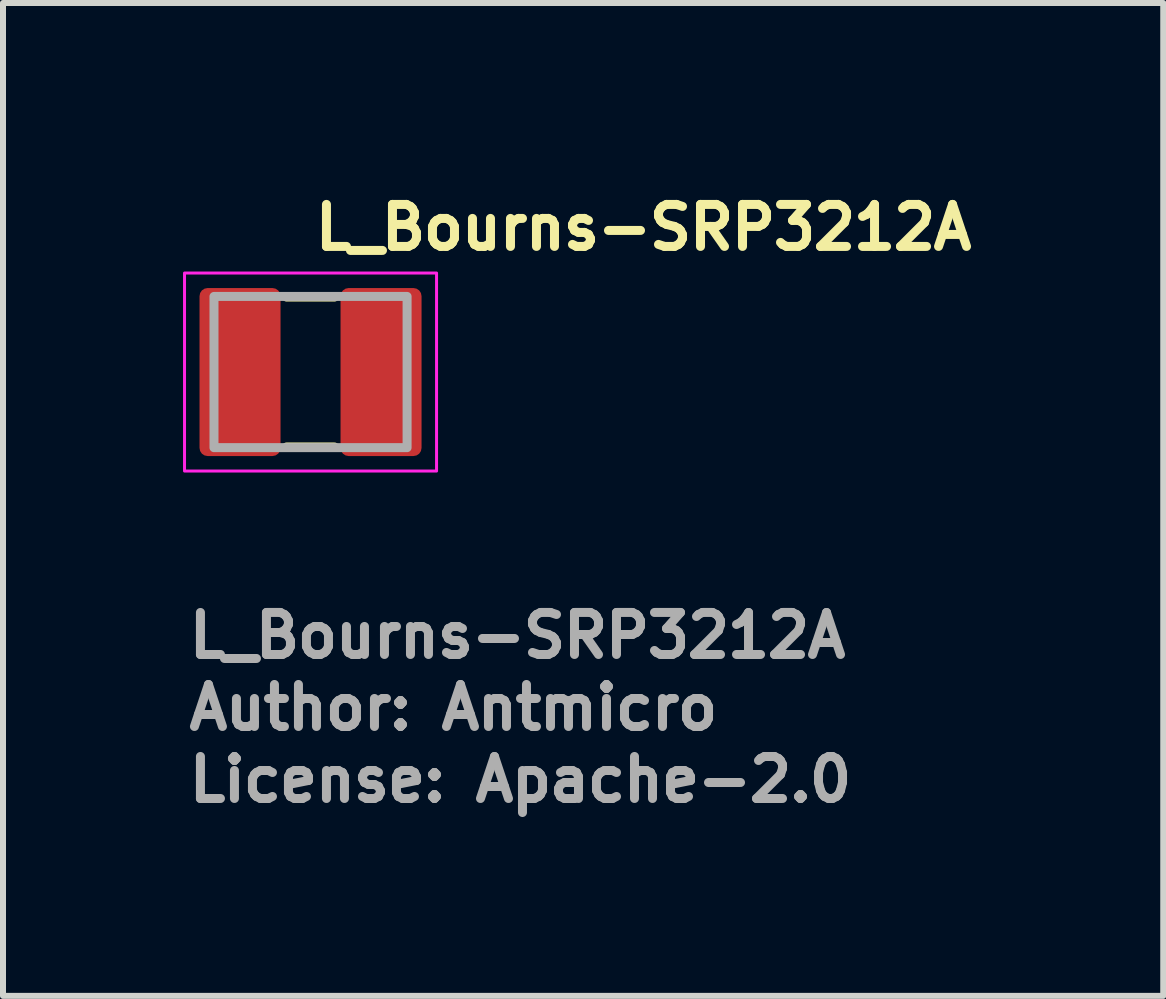
<source format=kicad_pcb>
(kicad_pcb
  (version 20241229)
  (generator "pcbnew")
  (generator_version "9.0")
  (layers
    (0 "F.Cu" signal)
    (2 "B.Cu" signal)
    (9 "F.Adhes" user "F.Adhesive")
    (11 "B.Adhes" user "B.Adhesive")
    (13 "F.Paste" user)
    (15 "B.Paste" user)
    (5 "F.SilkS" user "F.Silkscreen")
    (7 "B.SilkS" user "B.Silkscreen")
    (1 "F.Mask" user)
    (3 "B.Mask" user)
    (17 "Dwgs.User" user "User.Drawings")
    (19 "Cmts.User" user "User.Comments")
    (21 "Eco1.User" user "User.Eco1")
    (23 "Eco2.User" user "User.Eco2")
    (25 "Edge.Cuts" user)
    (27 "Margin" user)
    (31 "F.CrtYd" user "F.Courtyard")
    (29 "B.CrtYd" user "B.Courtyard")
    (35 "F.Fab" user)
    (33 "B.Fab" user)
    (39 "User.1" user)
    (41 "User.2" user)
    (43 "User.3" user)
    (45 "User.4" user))
  (footprint "L_Bourns-SRP3212A"
    (layer "F.Cu")
    (at 2.125 3.15)
    (property "Reference" "L_Bourns-SRP3212A" (at 0 -2 0) (layer "F.SilkS") (effects (font (size 0.7 0.7) (thickness 0.15)) (justify left bottom)))
    (attr smd)
    (fp_line (start -0.4 -1.25) (end 0.399 -1.25) (stroke (width 0.15) (type solid)) (layer "F.SilkS"))
    (fp_line (start -0.4 1.249) (end 0.399 1.249) (stroke (width 0.15) (type solid)) (layer "F.SilkS"))
    (fp_rect (start -2.1 -1.65) (end 2.1 1.65) (stroke (width 0.05) (type solid)) (fill no) (layer "F.CrtYd"))
    (fp_rect (start -1.609 -1.26) (end 1.609 1.26) (stroke (width 0.15) (type solid)) (fill no) (layer "F.Fab"))
    (fp_rect (start -1.609 -1.26) (end 1.609 1.26) (stroke (width 0.1) (type solid)) (fill no) (layer "User.5"))
    (fp_line (start -1.609 -1.1) (end -1.608 -1.108) (stroke (width 0.02) (type solid)) (layer "User.9"))
    (fp_line (start -1.609 -1.07) (end -1.609 -1.1) (stroke (width 0.02) (type solid)) (layer "User.9"))
    (fp_line (start -1.609 -1.07) (end -1.609 1.07) (stroke (width 0.02) (type solid)) (layer "User.9"))
    (fp_line (start -1.609 -1.07) (end -1.6 -1.07) (stroke (width 0.02) (type solid)) (layer "User.9"))
    (fp_line (start -1.609 1.1) (end -1.609 1.07) (stroke (width 0.02) (type solid)) (layer "User.9"))
    (fp_line (start -1.608 -1.124) (end -1.605 -1.131) (stroke (width 0.02) (type solid)) (layer "User.9"))
    (fp_line (start -1.608 -1.116) (end -1.608 -1.124) (stroke (width 0.02) (type solid)) (layer "User.9"))
    (fp_line (start -1.608 -1.108) (end -1.608 -1.116) (stroke (width 0.02) (type solid)) (layer "User.9"))
    (fp_line (start -1.608 1.108) (end -1.609 1.1) (stroke (width 0.02) (type solid)) (layer "User.9"))
    (fp_line (start -1.608 1.116) (end -1.608 1.108) (stroke (width 0.02) (type solid)) (layer "User.9"))
    (fp_line (start -1.608 1.124) (end -1.608 1.116) (stroke (width 0.02) (type solid)) (layer "User.9"))
    (fp_line (start -1.605 -1.131) (end -1.604 -1.139) (stroke (width 0.02) (type solid)) (layer "User.9"))
    (fp_line (start -1.605 1.131) (end -1.608 1.124) (stroke (width 0.02) (type solid)) (layer "User.9"))
    (fp_line (start -1.604 -1.139) (end -1.601 -1.147) (stroke (width 0.02) (type solid)) (layer "User.9"))
    (fp_line (start -1.604 1.139) (end -1.605 1.131) (stroke (width 0.02) (type solid)) (layer "User.9"))
    (fp_line (start -1.601 -1.147) (end -1.6 -1.155) (stroke (width 0.02) (type solid)) (layer "User.9"))
    (fp_line (start -1.601 1.147) (end -1.604 1.139) (stroke (width 0.02) (type solid)) (layer "User.9"))
    (fp_line (start -1.6 -1.155) (end -1.596 -1.162) (stroke (width 0.02) (type solid)) (layer "User.9"))
    (fp_line (start -1.6 -1.1) (end -1.598 -1.107) (stroke (width 0.02) (type solid)) (layer "User.9"))
    (fp_line (start -1.6 1.07) (end -1.609 1.07) (stroke (width 0.02) (type solid)) (layer "User.9"))
    (fp_line (start -1.6 1.1) (end -1.6 -1.1) (stroke (width 0.02) (type solid)) (layer "User.9"))
    (fp_line (start -1.6 1.155) (end -1.601 1.147) (stroke (width 0.02) (type solid)) (layer "User.9"))
    (fp_line (start -1.598 -1.114) (end -1.597 -1.122) (stroke (width 0.02) (type solid)) (layer "User.9"))
    (fp_line (start -1.598 -1.107) (end -1.598 -1.114) (stroke (width 0.02) (type solid)) (layer "User.9"))
    (fp_line (start -1.598 1.107) (end -1.6 1.1) (stroke (width 0.02) (type solid)) (layer "User.9"))
    (fp_line (start -1.598 1.114) (end -1.598 1.107) (stroke (width 0.02) (type solid)) (layer "User.9"))
    (fp_line (start -1.597 -1.122) (end -1.596 -1.129) (stroke (width 0.02) (type solid)) (layer "User.9"))
    (fp_line (start -1.597 1.122) (end -1.598 1.114) (stroke (width 0.02) (type solid)) (layer "User.9"))
    (fp_line (start -1.596 -1.162) (end -1.593 -1.169) (stroke (width 0.02) (type solid)) (layer "User.9"))
    (fp_line (start -1.596 -1.129) (end -1.594 -1.135) (stroke (width 0.02) (type solid)) (layer "User.9"))
    (fp_line (start -1.596 1.129) (end -1.597 1.122) (stroke (width 0.02) (type solid)) (layer "User.9"))
    (fp_line (start -1.596 1.162) (end -1.6 1.155) (stroke (width 0.02) (type solid)) (layer "User.9"))
    (fp_line (start -1.594 -1.135) (end -1.592 -1.143) (stroke (width 0.02) (type solid)) (layer "User.9"))
    (fp_line (start -1.594 1.135) (end -1.596 1.129) (stroke (width 0.02) (type solid)) (layer "User.9"))
    (fp_line (start -1.593 -1.169) (end -1.589 -1.176) (stroke (width 0.02) (type solid)) (layer "User.9"))
    (fp_line (start -1.593 1.169) (end -1.596 1.162) (stroke (width 0.02) (type solid)) (layer "User.9"))
    (fp_line (start -1.592 -1.143) (end -1.59 -1.15) (stroke (width 0.02) (type solid)) (layer "User.9"))
    (fp_line (start -1.592 1.143) (end -1.594 1.135) (stroke (width 0.02) (type solid)) (layer "User.9"))
    (fp_line (start -1.59 -1.15) (end -1.588 -1.157) (stroke (width 0.02) (type solid)) (layer "User.9"))
    (fp_line (start -1.59 1.15) (end -1.592 1.143) (stroke (width 0.02) (type solid)) (layer "User.9"))
    (fp_line (start -1.589 -1.176) (end -1.585 -1.182) (stroke (width 0.02) (type solid)) (layer "User.9"))
    (fp_line (start -1.589 1.176) (end -1.593 1.169) (stroke (width 0.02) (type solid)) (layer "User.9"))
    (fp_line (start -1.588 -1.157) (end -1.584 -1.164) (stroke (width 0.02) (type solid)) (layer "User.9"))
    (fp_line (start -1.588 1.157) (end -1.59 1.15) (stroke (width 0.02) (type solid)) (layer "User.9"))
    (fp_line (start -1.585 -1.182) (end -1.581 -1.189) (stroke (width 0.02) (type solid)) (layer "User.9"))
    (fp_line (start -1.585 1.182) (end -1.589 1.176) (stroke (width 0.02) (type solid)) (layer "User.9"))
    (fp_line (start -1.584 -1.164) (end -1.581 -1.17) (stroke (width 0.02) (type solid)) (layer "User.9"))
    (fp_line (start -1.584 1.164) (end -1.588 1.157) (stroke (width 0.02) (type solid)) (layer "User.9"))
    (fp_line (start -1.581 -1.189) (end -1.577 -1.195) (stroke (width 0.02) (type solid)) (layer "User.9"))
    (fp_line (start -1.581 -1.17) (end -1.577 -1.177) (stroke (width 0.02) (type solid)) (layer "User.9"))
    (fp_line (start -1.581 1.17) (end -1.584 1.164) (stroke (width 0.02) (type solid)) (layer "User.9"))
    (fp_line (start -1.581 1.189) (end -1.585 1.182) (stroke (width 0.02) (type solid)) (layer "User.9"))
    (fp_line (start -1.577 -1.195) (end -1.572 -1.201) (stroke (width 0.02) (type solid)) (layer "User.9"))
    (fp_line (start -1.577 -1.177) (end -1.573 -1.183) (stroke (width 0.02) (type solid)) (layer "User.9"))
    (fp_line (start -1.577 1.177) (end -1.581 1.17) (stroke (width 0.02) (type solid)) (layer "User.9"))
    (fp_line (start -1.577 1.195) (end -1.581 1.189) (stroke (width 0.02) (type solid)) (layer "User.9"))
    (fp_line (start -1.573 -1.183) (end -1.569 -1.189) (stroke (width 0.02) (type solid)) (layer "User.9"))
    (fp_line (start -1.573 1.183) (end -1.577 1.177) (stroke (width 0.02) (type solid)) (layer "User.9"))
    (fp_line (start -1.572 -1.201) (end -1.568 -1.207) (stroke (width 0.02) (type solid)) (layer "User.9"))
    (fp_line (start -1.572 1.201) (end -1.577 1.195) (stroke (width 0.02) (type solid)) (layer "User.9"))
    (fp_line (start -1.569 -1.189) (end -1.565 -1.195) (stroke (width 0.02) (type solid)) (layer "User.9"))
    (fp_line (start -1.569 1.189) (end -1.573 1.183) (stroke (width 0.02) (type solid)) (layer "User.9"))
    (fp_line (start -1.568 -1.207) (end -1.563 -1.213) (stroke (width 0.02) (type solid)) (layer "User.9"))
    (fp_line (start -1.568 1.207) (end -1.572 1.201) (stroke (width 0.02) (type solid)) (layer "User.9"))
    (fp_line (start -1.565 -1.195) (end -1.56 -1.2) (stroke (width 0.02) (type solid)) (layer "User.9"))
    (fp_line (start -1.565 1.195) (end -1.569 1.189) (stroke (width 0.02) (type solid)) (layer "User.9"))
    (fp_line (start -1.563 -1.213) (end -1.556 -1.218) (stroke (width 0.02) (type solid)) (layer "User.9"))
    (fp_line (start -1.563 1.213) (end -1.568 1.207) (stroke (width 0.02) (type solid)) (layer "User.9"))
    (fp_line (start -1.56 -1.2) (end -1.556 -1.206) (stroke (width 0.02) (type solid)) (layer "User.9"))
    (fp_line (start -1.56 1.2) (end -1.565 1.195) (stroke (width 0.02) (type solid)) (layer "User.9"))
    (fp_line (start -1.556 -1.218) (end -1.551 -1.223) (stroke (width 0.02) (type solid)) (layer "User.9"))
    (fp_line (start -1.556 -1.206) (end -1.556 -1.206) (stroke (width 0.02) (type solid)) (layer "User.9"))
    (fp_line (start -1.556 -1.206) (end -1.549 -1.211) (stroke (width 0.02) (type solid)) (layer "User.9"))
    (fp_line (start -1.556 1.206) (end -1.56 1.2) (stroke (width 0.02) (type solid)) (layer "User.9"))
    (fp_line (start -1.556 1.206) (end -1.556 1.206) (stroke (width 0.02) (type solid)) (layer "User.9"))
    (fp_line (start -1.556 1.218) (end -1.563 1.213) (stroke (width 0.02) (type solid)) (layer "User.9"))
    (fp_line (start -1.551 -1.223) (end -1.544 -1.228) (stroke (width 0.02) (type solid)) (layer "User.9"))
    (fp_line (start -1.551 1.223) (end -1.556 1.218) (stroke (width 0.02) (type solid)) (layer "User.9"))
    (fp_line (start -1.549 -1.211) (end -1.544 -1.216) (stroke (width 0.02) (type solid)) (layer "User.9"))
    (fp_line (start -1.549 1.211) (end -1.556 1.206) (stroke (width 0.02) (type solid)) (layer "User.9"))
    (fp_line (start -1.544 -1.228) (end -1.539 -1.232) (stroke (width 0.02) (type solid)) (layer "User.9"))
    (fp_line (start -1.544 -1.216) (end -1.539 -1.22) (stroke (width 0.02) (type solid)) (layer "User.9"))
    (fp_line (start -1.544 1.216) (end -1.549 1.211) (stroke (width 0.02) (type solid)) (layer "User.9"))
    (fp_line (start -1.544 1.228) (end -1.551 1.223) (stroke (width 0.02) (type solid)) (layer "User.9"))
    (fp_line (start -1.539 -1.232) (end -1.532 -1.236) (stroke (width 0.02) (type solid)) (layer "User.9"))
    (fp_line (start -1.539 -1.22) (end -1.533 -1.224) (stroke (width 0.02) (type solid)) (layer "User.9"))
    (fp_line (start -1.539 1.22) (end -1.544 1.216) (stroke (width 0.02) (type solid)) (layer "User.9"))
    (fp_line (start -1.539 1.232) (end -1.544 1.228) (stroke (width 0.02) (type solid)) (layer "User.9"))
    (fp_line (start -1.533 -1.224) (end -1.527 -1.228) (stroke (width 0.02) (type solid)) (layer "User.9"))
    (fp_line (start -1.533 1.224) (end -1.539 1.22) (stroke (width 0.02) (type solid)) (layer "User.9"))
    (fp_line (start -1.532 -1.236) (end -1.525 -1.24) (stroke (width 0.02) (type solid)) (layer "User.9"))
    (fp_line (start -1.532 1.236) (end -1.539 1.232) (stroke (width 0.02) (type solid)) (layer "User.9"))
    (fp_line (start -1.527 -1.228) (end -1.52 -1.232) (stroke (width 0.02) (type solid)) (layer "User.9"))
    (fp_line (start -1.527 1.228) (end -1.533 1.224) (stroke (width 0.02) (type solid)) (layer "User.9"))
    (fp_line (start -1.525 -1.24) (end -1.519 -1.244) (stroke (width 0.02) (type solid)) (layer "User.9"))
    (fp_line (start -1.525 1.24) (end -1.532 1.236) (stroke (width 0.02) (type solid)) (layer "User.9"))
    (fp_line (start -1.52 -1.232) (end -1.513 -1.235) (stroke (width 0.02) (type solid)) (layer "User.9"))
    (fp_line (start -1.52 1.232) (end -1.527 1.228) (stroke (width 0.02) (type solid)) (layer "User.9"))
    (fp_line (start -1.519 -1.244) (end -1.512 -1.247) (stroke (width 0.02) (type solid)) (layer "User.9"))
    (fp_line (start -1.519 1.244) (end -1.525 1.24) (stroke (width 0.02) (type solid)) (layer "User.9"))
    (fp_line (start -1.513 -1.235) (end -1.507 -1.238) (stroke (width 0.02) (type solid)) (layer "User.9"))
    (fp_line (start -1.513 1.235) (end -1.52 1.232) (stroke (width 0.02) (type solid)) (layer "User.9"))
    (fp_line (start -1.512 -1.247) (end -1.504 -1.25) (stroke (width 0.02) (type solid)) (layer "User.9"))
    (fp_line (start -1.512 1.247) (end -1.519 1.244) (stroke (width 0.02) (type solid)) (layer "User.9"))
    (fp_line (start -1.507 -1.238) (end -1.499 -1.241) (stroke (width 0.02) (type solid)) (layer "User.9"))
    (fp_line (start -1.507 1.238) (end -1.513 1.235) (stroke (width 0.02) (type solid)) (layer "User.9"))
    (fp_line (start -1.504 -1.25) (end -1.496 -1.252) (stroke (width 0.02) (type solid)) (layer "User.9"))
    (fp_line (start -1.504 1.25) (end -1.512 1.247) (stroke (width 0.02) (type solid)) (layer "User.9"))
    (fp_line (start -1.499 -1.241) (end -1.492 -1.243) (stroke (width 0.02) (type solid)) (layer "User.9"))
    (fp_line (start -1.499 1.241) (end -1.507 1.238) (stroke (width 0.02) (type solid)) (layer "User.9"))
    (fp_line (start -1.496 -1.252) (end -1.488 -1.254) (stroke (width 0.02) (type solid)) (layer "User.9"))
    (fp_line (start -1.496 1.252) (end -1.504 1.25) (stroke (width 0.02) (type solid)) (layer "User.9"))
    (fp_line (start -1.492 -1.243) (end -1.485 -1.245) (stroke (width 0.02) (type solid)) (layer "User.9"))
    (fp_line (start -1.492 1.243) (end -1.499 1.241) (stroke (width 0.02) (type solid)) (layer "User.9"))
    (fp_line (start -1.488 -1.254) (end -1.481 -1.256) (stroke (width 0.02) (type solid)) (layer "User.9"))
    (fp_line (start -1.488 1.254) (end -1.496 1.252) (stroke (width 0.02) (type solid)) (layer "User.9"))
    (fp_line (start -1.485 -1.245) (end -1.479 -1.247) (stroke (width 0.02) (type solid)) (layer "User.9"))
    (fp_line (start -1.485 1.245) (end -1.492 1.243) (stroke (width 0.02) (type solid)) (layer "User.9"))
    (fp_line (start -1.481 -1.256) (end -1.473 -1.258) (stroke (width 0.02) (type solid)) (layer "User.9"))
    (fp_line (start -1.481 1.256) (end -1.488 1.254) (stroke (width 0.02) (type solid)) (layer "User.9"))
    (fp_line (start -1.479 -1.247) (end -1.471 -1.248) (stroke (width 0.02) (type solid)) (layer "User.9"))
    (fp_line (start -1.479 1.247) (end -1.485 1.245) (stroke (width 0.02) (type solid)) (layer "User.9"))
    (fp_line (start -1.473 -1.258) (end -1.465 -1.258) (stroke (width 0.02) (type solid)) (layer "User.9"))
    (fp_line (start -1.473 1.258) (end -1.481 1.256) (stroke (width 0.02) (type solid)) (layer "User.9"))
    (fp_line (start -1.471 -1.248) (end -1.463 -1.249) (stroke (width 0.02) (type solid)) (layer "User.9"))
    (fp_line (start -1.471 1.248) (end -1.479 1.247) (stroke (width 0.02) (type solid)) (layer "User.9"))
    (fp_line (start -1.465 -1.258) (end -1.458 -1.258) (stroke (width 0.02) (type solid)) (layer "User.9"))
    (fp_line (start -1.465 1.258) (end -1.473 1.258) (stroke (width 0.02) (type solid)) (layer "User.9"))
    (fp_line (start -1.463 -1.249) (end -1.456 -1.249) (stroke (width 0.02) (type solid)) (layer "User.9"))
    (fp_line (start -1.463 1.249) (end -1.471 1.248) (stroke (width 0.02) (type solid)) (layer "User.9"))
    (fp_line (start -1.458 -1.258) (end -1.45 -1.26) (stroke (width 0.02) (type solid)) (layer "User.9"))
    (fp_line (start -1.458 1.258) (end -1.465 1.258) (stroke (width 0.02) (type solid)) (layer "User.9"))
    (fp_line (start -1.456 -1.249) (end -1.45 -1.25) (stroke (width 0.02) (type solid)) (layer "User.9"))
    (fp_line (start -1.456 1.249) (end -1.463 1.249) (stroke (width 0.02) (type solid)) (layer "User.9"))
    (fp_line (start -1.45 -1.26) (end -0.91 -1.26) (stroke (width 0.02) (type solid)) (layer "User.9"))
    (fp_line (start -1.45 -1.25) (end -1.45 -1.26) (stroke (width 0.02) (type solid)) (layer "User.9"))
    (fp_line (start -1.45 -1.25) (end 1.448 -1.25) (stroke (width 0.02) (type solid)) (layer "User.9"))
    (fp_line (start -1.45 1.25) (end -1.456 1.249) (stroke (width 0.02) (type solid)) (layer "User.9"))
    (fp_line (start -1.45 1.26) (end -1.458 1.258) (stroke (width 0.02) (type solid)) (layer "User.9"))
    (fp_line (start -1.45 1.26) (end -1.45 1.25) (stroke (width 0.02) (type solid)) (layer "User.9"))
    (fp_line (start -1.45 1.26) (end -0.91 1.26) (stroke (width 0.02) (type solid)) (layer "User.9"))
    (fp_line (start -0.91 -1.26) (end -0.91 -1.25) (stroke (width 0.02) (type solid)) (layer "User.9"))
    (fp_line (start -0.91 1.25) (end -0.91 1.26) (stroke (width 0.02) (type solid)) (layer "User.9"))
    (fp_line (start 0.91 -1.26) (end 0.91 -1.25) (stroke (width 0.02) (type solid)) (layer "User.9"))
    (fp_line (start 0.91 -1.26) (end 1.448 -1.26) (stroke (width 0.02) (type solid)) (layer "User.9"))
    (fp_line (start 0.91 1.25) (end 0.91 1.26) (stroke (width 0.02) (type solid)) (layer "User.9"))
    (fp_line (start 0.91 1.26) (end 1.448 1.26) (stroke (width 0.02) (type solid)) (layer "User.9"))
    (fp_line (start 1.448 -1.26) (end 1.448 -1.25) (stroke (width 0.02) (type solid)) (layer "User.9"))
    (fp_line (start 1.448 -1.25) (end 1.456 -1.249) (stroke (width 0.02) (type solid)) (layer "User.9"))
    (fp_line (start 1.448 1.25) (end -1.45 1.25) (stroke (width 0.02) (type solid)) (layer "User.9"))
    (fp_line (start 1.448 1.26) (end 1.448 1.25) (stroke (width 0.02) (type solid)) (layer "User.9"))
    (fp_line (start 1.448 1.26) (end 1.456 1.258) (stroke (width 0.02) (type solid)) (layer "User.9"))
    (fp_line (start 1.456 -1.258) (end 1.448 -1.26) (stroke (width 0.02) (type solid)) (layer "User.9"))
    (fp_line (start 1.456 -1.249) (end 1.464 -1.249) (stroke (width 0.02) (type solid)) (layer "User.9"))
    (fp_line (start 1.456 1.249) (end 1.448 1.25) (stroke (width 0.02) (type solid)) (layer "User.9"))
    (fp_line (start 1.456 1.258) (end 1.464 1.258) (stroke (width 0.02) (type solid)) (layer "User.9"))
    (fp_line (start 1.464 -1.258) (end 1.456 -1.258) (stroke (width 0.02) (type solid)) (layer "User.9"))
    (fp_line (start 1.464 -1.249) (end 1.472 -1.248) (stroke (width 0.02) (type solid)) (layer "User.9"))
    (fp_line (start 1.464 1.249) (end 1.456 1.249) (stroke (width 0.02) (type solid)) (layer "User.9"))
    (fp_line (start 1.464 1.258) (end 1.472 1.258) (stroke (width 0.02) (type solid)) (layer "User.9"))
    (fp_line (start 1.472 -1.258) (end 1.464 -1.258) (stroke (width 0.02) (type solid)) (layer "User.9"))
    (fp_line (start 1.472 -1.248) (end 1.479 -1.247) (stroke (width 0.02) (type solid)) (layer "User.9"))
    (fp_line (start 1.472 1.248) (end 1.464 1.249) (stroke (width 0.02) (type solid)) (layer "User.9"))
    (fp_line (start 1.472 1.258) (end 1.48 1.256) (stroke (width 0.02) (type solid)) (layer "User.9"))
    (fp_line (start 1.479 -1.247) (end 1.484 -1.245) (stroke (width 0.02) (type solid)) (layer "User.9"))
    (fp_line (start 1.479 1.247) (end 1.472 1.248) (stroke (width 0.02) (type solid)) (layer "User.9"))
    (fp_line (start 1.48 -1.256) (end 1.472 -1.258) (stroke (width 0.02) (type solid)) (layer "User.9"))
    (fp_line (start 1.48 1.256) (end 1.488 1.254) (stroke (width 0.02) (type solid)) (layer "User.9"))
    (fp_line (start 1.484 -1.245) (end 1.492 -1.243) (stroke (width 0.02) (type solid)) (layer "User.9"))
    (fp_line (start 1.484 1.245) (end 1.479 1.247) (stroke (width 0.02) (type solid)) (layer "User.9"))
    (fp_line (start 1.488 -1.254) (end 1.48 -1.256) (stroke (width 0.02) (type solid)) (layer "User.9"))
    (fp_line (start 1.488 1.254) (end 1.496 1.252) (stroke (width 0.02) (type solid)) (layer "User.9"))
    (fp_line (start 1.492 -1.243) (end 1.5 -1.241) (stroke (width 0.02) (type solid)) (layer "User.9"))
    (fp_line (start 1.492 1.243) (end 1.484 1.245) (stroke (width 0.02) (type solid)) (layer "User.9"))
    (fp_line (start 1.496 -1.252) (end 1.488 -1.254) (stroke (width 0.02) (type solid)) (layer "User.9"))
    (fp_line (start 1.496 1.252) (end 1.504 1.25) (stroke (width 0.02) (type solid)) (layer "User.9"))
    (fp_line (start 1.5 -1.241) (end 1.507 -1.238) (stroke (width 0.02) (type solid)) (layer "User.9"))
    (fp_line (start 1.5 1.241) (end 1.492 1.243) (stroke (width 0.02) (type solid)) (layer "User.9"))
    (fp_line (start 1.504 -1.25) (end 1.496 -1.252) (stroke (width 0.02) (type solid)) (layer "User.9"))
    (fp_line (start 1.504 1.25) (end 1.512 1.247) (stroke (width 0.02) (type solid)) (layer "User.9"))
    (fp_line (start 1.507 -1.238) (end 1.512 -1.235) (stroke (width 0.02) (type solid)) (layer "User.9"))
    (fp_line (start 1.507 1.238) (end 1.5 1.241) (stroke (width 0.02) (type solid)) (layer "User.9"))
    (fp_line (start 1.512 -1.247) (end 1.504 -1.25) (stroke (width 0.02) (type solid)) (layer "User.9"))
    (fp_line (start 1.512 -1.235) (end 1.52 -1.232) (stroke (width 0.02) (type solid)) (layer "User.9"))
    (fp_line (start 1.512 1.235) (end 1.507 1.238) (stroke (width 0.02) (type solid)) (layer "User.9"))
    (fp_line (start 1.512 1.247) (end 1.519 1.244) (stroke (width 0.02) (type solid)) (layer "User.9"))
    (fp_line (start 1.519 -1.244) (end 1.512 -1.247) (stroke (width 0.02) (type solid)) (layer "User.9"))
    (fp_line (start 1.519 1.244) (end 1.524 1.24) (stroke (width 0.02) (type solid)) (layer "User.9"))
    (fp_line (start 1.52 -1.232) (end 1.527 -1.228) (stroke (width 0.02) (type solid)) (layer "User.9"))
    (fp_line (start 1.52 1.232) (end 1.512 1.235) (stroke (width 0.02) (type solid)) (layer "User.9"))
    (fp_line (start 1.524 -1.24) (end 1.519 -1.244) (stroke (width 0.02) (type solid)) (layer "User.9"))
    (fp_line (start 1.524 1.24) (end 1.532 1.236) (stroke (width 0.02) (type solid)) (layer "User.9"))
    (fp_line (start 1.527 -1.228) (end 1.533 -1.224) (stroke (width 0.02) (type solid)) (layer "User.9"))
    (fp_line (start 1.527 1.228) (end 1.52 1.232) (stroke (width 0.02) (type solid)) (layer "User.9"))
    (fp_line (start 1.532 -1.236) (end 1.524 -1.24) (stroke (width 0.02) (type solid)) (layer "User.9"))
    (fp_line (start 1.532 1.236) (end 1.537 1.232) (stroke (width 0.02) (type solid)) (layer "User.9"))
    (fp_line (start 1.533 -1.224) (end 1.537 -1.22) (stroke (width 0.02) (type solid)) (layer "User.9"))
    (fp_line (start 1.533 1.224) (end 1.527 1.228) (stroke (width 0.02) (type solid)) (layer "User.9"))
    (fp_line (start 1.537 -1.232) (end 1.532 -1.236) (stroke (width 0.02) (type solid)) (layer "User.9"))
    (fp_line (start 1.537 -1.22) (end 1.545 -1.216) (stroke (width 0.02) (type solid)) (layer "User.9"))
    (fp_line (start 1.537 1.22) (end 1.533 1.224) (stroke (width 0.02) (type solid)) (layer "User.9"))
    (fp_line (start 1.537 1.232) (end 1.545 1.228) (stroke (width 0.02) (type solid)) (layer "User.9"))
    (fp_line (start 1.545 -1.228) (end 1.537 -1.232) (stroke (width 0.02) (type solid)) (layer "User.9"))
    (fp_line (start 1.545 -1.216) (end 1.549 -1.211) (stroke (width 0.02) (type solid)) (layer "User.9"))
    (fp_line (start 1.545 1.216) (end 1.537 1.22) (stroke (width 0.02) (type solid)) (layer "User.9"))
    (fp_line (start 1.545 1.228) (end 1.549 1.223) (stroke (width 0.02) (type solid)) (layer "User.9"))
    (fp_line (start 1.549 -1.223) (end 1.545 -1.228) (stroke (width 0.02) (type solid)) (layer "User.9"))
    (fp_line (start 1.549 -1.211) (end 1.556 -1.206) (stroke (width 0.02) (type solid)) (layer "User.9"))
    (fp_line (start 1.549 1.211) (end 1.545 1.216) (stroke (width 0.02) (type solid)) (layer "User.9"))
    (fp_line (start 1.549 1.223) (end 1.557 1.218) (stroke (width 0.02) (type solid)) (layer "User.9"))
    (fp_line (start 1.556 -1.206) (end 1.556 -1.206) (stroke (width 0.02) (type solid)) (layer "User.9"))
    (fp_line (start 1.556 -1.206) (end 1.561 -1.2) (stroke (width 0.02) (type solid)) (layer "User.9"))
    (fp_line (start 1.556 1.206) (end 1.549 1.211) (stroke (width 0.02) (type solid)) (layer "User.9"))
    (fp_line (start 1.556 1.206) (end 1.556 1.206) (stroke (width 0.02) (type solid)) (layer "User.9"))
    (fp_line (start 1.557 -1.218) (end 1.549 -1.223) (stroke (width 0.02) (type solid)) (layer "User.9"))
    (fp_line (start 1.557 1.218) (end 1.561 1.213) (stroke (width 0.02) (type solid)) (layer "User.9"))
    (fp_line (start 1.561 -1.213) (end 1.557 -1.218) (stroke (width 0.02) (type solid)) (layer "User.9"))
    (fp_line (start 1.561 -1.2) (end 1.565 -1.195) (stroke (width 0.02) (type solid)) (layer "User.9"))
    (fp_line (start 1.561 1.2) (end 1.556 1.206) (stroke (width 0.02) (type solid)) (layer "User.9"))
    (fp_line (start 1.561 1.213) (end 1.568 1.207) (stroke (width 0.02) (type solid)) (layer "User.9"))
    (fp_line (start 1.565 -1.195) (end 1.569 -1.189) (stroke (width 0.02) (type solid)) (layer "User.9"))
    (fp_line (start 1.565 1.195) (end 1.561 1.2) (stroke (width 0.02) (type solid)) (layer "User.9"))
    (fp_line (start 1.568 -1.207) (end 1.561 -1.213) (stroke (width 0.02) (type solid)) (layer "User.9"))
    (fp_line (start 1.568 1.207) (end 1.573 1.201) (stroke (width 0.02) (type solid)) (layer "User.9"))
    (fp_line (start 1.569 -1.189) (end 1.573 -1.183) (stroke (width 0.02) (type solid)) (layer "User.9"))
    (fp_line (start 1.569 1.189) (end 1.565 1.195) (stroke (width 0.02) (type solid)) (layer "User.9"))
    (fp_line (start 1.573 -1.201) (end 1.568 -1.207) (stroke (width 0.02) (type solid)) (layer "User.9"))
    (fp_line (start 1.573 -1.183) (end 1.577 -1.177) (stroke (width 0.02) (type solid)) (layer "User.9"))
    (fp_line (start 1.573 1.183) (end 1.569 1.189) (stroke (width 0.02) (type solid)) (layer "User.9"))
    (fp_line (start 1.573 1.201) (end 1.577 1.195) (stroke (width 0.02) (type solid)) (layer "User.9"))
    (fp_line (start 1.577 -1.195) (end 1.573 -1.201) (stroke (width 0.02) (type solid)) (layer "User.9"))
    (fp_line (start 1.577 -1.177) (end 1.581 -1.17) (stroke (width 0.02) (type solid)) (layer "User.9"))
    (fp_line (start 1.577 1.177) (end 1.573 1.183) (stroke (width 0.02) (type solid)) (layer "User.9"))
    (fp_line (start 1.577 1.195) (end 1.581 1.189) (stroke (width 0.02) (type solid)) (layer "User.9"))
    (fp_line (start 1.581 -1.189) (end 1.577 -1.195) (stroke (width 0.02) (type solid)) (layer "User.9"))
    (fp_line (start 1.581 -1.17) (end 1.585 -1.164) (stroke (width 0.02) (type solid)) (layer "User.9"))
    (fp_line (start 1.581 1.17) (end 1.577 1.177) (stroke (width 0.02) (type solid)) (layer "User.9"))
    (fp_line (start 1.581 1.189) (end 1.585 1.182) (stroke (width 0.02) (type solid)) (layer "User.9"))
    (fp_line (start 1.585 -1.182) (end 1.581 -1.189) (stroke (width 0.02) (type solid)) (layer "User.9"))
    (fp_line (start 1.585 -1.164) (end 1.588 -1.157) (stroke (width 0.02) (type solid)) (layer "User.9"))
    (fp_line (start 1.585 1.164) (end 1.581 1.17) (stroke (width 0.02) (type solid)) (layer "User.9"))
    (fp_line (start 1.585 1.182) (end 1.589 1.176) (stroke (width 0.02) (type solid)) (layer "User.9"))
    (fp_line (start 1.588 -1.157) (end 1.589 -1.15) (stroke (width 0.02) (type solid)) (layer "User.9"))
    (fp_line (start 1.588 1.157) (end 1.585 1.164) (stroke (width 0.02) (type solid)) (layer "User.9"))
    (fp_line (start 1.589 -1.176) (end 1.585 -1.182) (stroke (width 0.02) (type solid)) (layer "User.9"))
    (fp_line (start 1.589 -1.15) (end 1.593 -1.143) (stroke (width 0.02) (type solid)) (layer "User.9"))
    (fp_line (start 1.589 1.15) (end 1.588 1.157) (stroke (width 0.02) (type solid)) (layer "User.9"))
    (fp_line (start 1.589 1.176) (end 1.593 1.169) (stroke (width 0.02) (type solid)) (layer "User.9"))
    (fp_line (start 1.593 -1.169) (end 1.589 -1.176) (stroke (width 0.02) (type solid)) (layer "User.9"))
    (fp_line (start 1.593 -1.143) (end 1.593 -1.135) (stroke (width 0.02) (type solid)) (layer "User.9"))
    (fp_line (start 1.593 -1.135) (end 1.597 -1.129) (stroke (width 0.02) (type solid)) (layer "User.9"))
    (fp_line (start 1.593 1.135) (end 1.593 1.143) (stroke (width 0.02) (type solid)) (layer "User.9"))
    (fp_line (start 1.593 1.143) (end 1.589 1.15) (stroke (width 0.02) (type solid)) (layer "User.9"))
    (fp_line (start 1.593 1.169) (end 1.597 1.162) (stroke (width 0.02) (type solid)) (layer "User.9"))
    (fp_line (start 1.597 -1.162) (end 1.593 -1.169) (stroke (width 0.02) (type solid)) (layer "User.9"))
    (fp_line (start 1.597 -1.129) (end 1.597 -1.122) (stroke (width 0.02) (type solid)) (layer "User.9"))
    (fp_line (start 1.597 -1.122) (end 1.597 -1.114) (stroke (width 0.02) (type solid)) (layer "User.9"))
    (fp_line (start 1.597 -1.114) (end 1.597 -1.107) (stroke (width 0.02) (type solid)) (layer "User.9"))
    (fp_line (start 1.597 -1.107) (end 1.6 -1.1) (stroke (width 0.02) (type solid)) (layer "User.9"))
    (fp_line (start 1.597 1.107) (end 1.597 1.114) (stroke (width 0.02) (type solid)) (layer "User.9"))
    (fp_line (start 1.597 1.114) (end 1.597 1.122) (stroke (width 0.02) (type solid)) (layer "User.9"))
    (fp_line (start 1.597 1.122) (end 1.597 1.129) (stroke (width 0.02) (type solid)) (layer "User.9"))
    (fp_line (start 1.597 1.129) (end 1.593 1.135) (stroke (width 0.02) (type solid)) (layer "User.9"))
    (fp_line (start 1.597 1.162) (end 1.6 1.155) (stroke (width 0.02) (type solid)) (layer "User.9"))
    (fp_line (start 1.6 -1.155) (end 1.597 -1.162) (stroke (width 0.02) (type solid)) (layer "User.9"))
    (fp_line (start 1.6 -1.1) (end 1.6 1.1) (stroke (width 0.02) (type solid)) (layer "User.9"))
    (fp_line (start 1.6 -1.07) (end 1.609 -1.07) (stroke (width 0.02) (type solid)) (layer "User.9"))
    (fp_line (start 1.6 1.1) (end 1.597 1.107) (stroke (width 0.02) (type solid)) (layer "User.9"))
    (fp_line (start 1.6 1.155) (end 1.601 1.147) (stroke (width 0.02) (type solid)) (layer "User.9"))
    (fp_line (start 1.601 -1.147) (end 1.6 -1.155) (stroke (width 0.02) (type solid)) (layer "User.9"))
    (fp_line (start 1.601 1.147) (end 1.604 1.139) (stroke (width 0.02) (type solid)) (layer "User.9"))
    (fp_line (start 1.604 -1.139) (end 1.601 -1.147) (stroke (width 0.02) (type solid)) (layer "User.9"))
    (fp_line (start 1.604 1.139) (end 1.605 1.131) (stroke (width 0.02) (type solid)) (layer "User.9"))
    (fp_line (start 1.605 -1.131) (end 1.604 -1.139) (stroke (width 0.02) (type solid)) (layer "User.9"))
    (fp_line (start 1.605 1.131) (end 1.608 1.124) (stroke (width 0.02) (type solid)) (layer "User.9"))
    (fp_line (start 1.608 -1.124) (end 1.605 -1.131) (stroke (width 0.02) (type solid)) (layer "User.9"))
    (fp_line (start 1.608 1.124) (end 1.609 1.116) (stroke (width 0.02) (type solid)) (layer "User.9"))
    (fp_line (start 1.609 -1.116) (end 1.608 -1.124) (stroke (width 0.02) (type solid)) (layer "User.9"))
    (fp_line (start 1.609 -1.108) (end 1.609 -1.116) (stroke (width 0.02) (type solid)) (layer "User.9"))
    (fp_line (start 1.609 -1.1) (end 1.609 -1.108) (stroke (width 0.02) (type solid)) (layer "User.9"))
    (fp_line (start 1.609 -1.07) (end 1.609 -1.1) (stroke (width 0.02) (type solid)) (layer "User.9"))
    (fp_line (start 1.609 1.07) (end 1.6 1.07) (stroke (width 0.02) (type solid)) (layer "User.9"))
    (fp_line (start 1.609 1.07) (end 1.609 -1.07) (stroke (width 0.02) (type solid)) (layer "User.9"))
    (fp_line (start 1.609 1.1) (end 1.609 1.07) (stroke (width 0.02) (type solid)) (layer "User.9"))
    (fp_line (start 1.609 1.108) (end 1.609 1.1) (stroke (width 0.02) (type solid)) (layer "User.9"))
    (fp_line (start 1.609 1.116) (end 1.609 1.108) (stroke (width 0.02) (type solid)) (layer "User.9"))
    (fp_text user "License: Apache-2.0" (at -2.1 7.2 0) (layer "F.Fab") (effects (font (size 0.7 0.7) (thickness 0.15)) (justify left bottom)))
    (fp_text user "${REFERENCE}" (at -2.1 4.8 0) (layer "F.Fab") (effects (font (size 0.7 0.7) (thickness 0.15)) (justify left bottom)))
    (fp_text user "Author: Antmicro" (at -2.1 6 0) (layer "F.Fab") (effects (font (size 0.7 0.7) (thickness 0.15)) (justify left bottom)))
    (pad "1" smd roundrect (at -1.175 0) (size 1.35 2.8) (layers "F.Cu" "F.Mask" "F.Paste") (roundrect_rratio 0.1))
    (pad "2" smd roundrect (at 1.175 0) (size 1.35 2.8) (layers "F.Cu" "F.Mask" "F.Paste") (roundrect_rratio 0.1)))
  (gr_rect
    (start -3 -3)
    (end 16.335 13.546)
    (stroke (width 0.1) (type default))
    (fill no)
    (layer "Edge.Cuts")))
</source>
